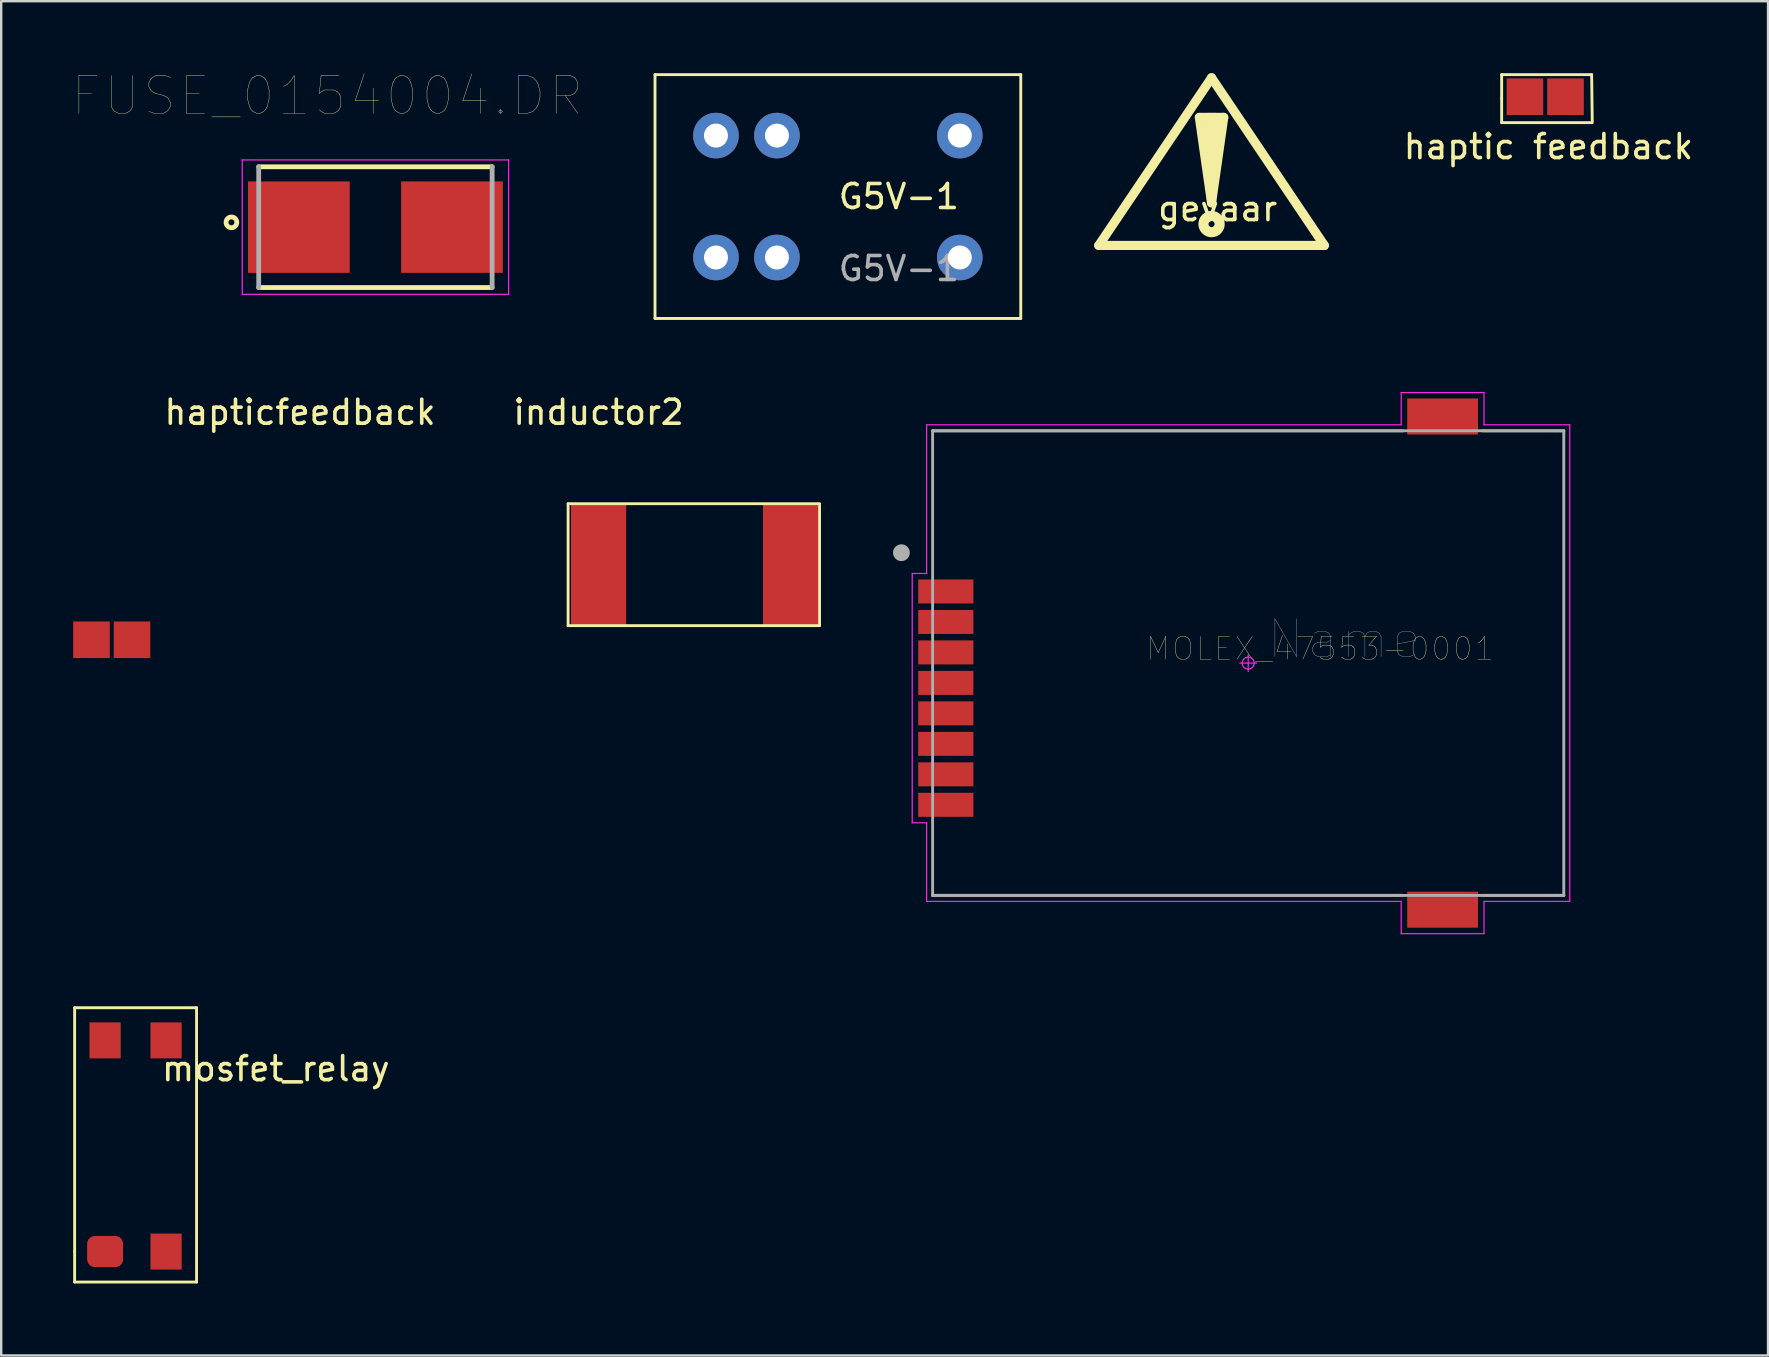
<source format=kicad_pcb>
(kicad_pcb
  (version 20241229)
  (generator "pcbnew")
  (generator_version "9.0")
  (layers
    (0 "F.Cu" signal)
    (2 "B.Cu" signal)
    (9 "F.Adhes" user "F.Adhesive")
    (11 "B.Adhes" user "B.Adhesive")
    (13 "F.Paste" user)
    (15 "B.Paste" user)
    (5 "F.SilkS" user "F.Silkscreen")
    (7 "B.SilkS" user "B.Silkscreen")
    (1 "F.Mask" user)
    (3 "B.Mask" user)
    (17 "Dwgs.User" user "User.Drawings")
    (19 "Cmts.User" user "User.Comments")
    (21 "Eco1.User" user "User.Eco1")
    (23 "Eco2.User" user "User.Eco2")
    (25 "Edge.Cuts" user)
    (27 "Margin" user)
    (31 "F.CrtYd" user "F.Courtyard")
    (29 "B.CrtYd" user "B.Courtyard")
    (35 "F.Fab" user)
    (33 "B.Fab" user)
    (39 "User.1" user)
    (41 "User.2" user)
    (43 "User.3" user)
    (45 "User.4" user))
  (footprint "gevaar"
    (layer "F.Cu")
    (at 47.687 5.144)
    (property "Reference" "gevaar" (at 0 0.5 0) (layer "F.SilkS") (effects (font (size 1 1) (thickness 0.15))))
    (attr through_hole)
    (fp_line (start -4.953 2.032) (end -0.254 -4.953) (stroke (width 0.381) (type solid)) (layer "F.SilkS"))
    (fp_line (start -0.762 -3.302) (end -0.254 -3.302) (stroke (width 0.381) (type solid)) (layer "F.SilkS"))
    (fp_line (start -0.254 -4.953) (end 4.445 2.032) (stroke (width 0.381) (type solid)) (layer "F.SilkS"))
    (fp_line (start -0.254 -3.302) (end 0.254 -3.302) (stroke (width 0.381) (type solid)) (layer "F.SilkS"))
    (fp_line (start -0.254 0.127) (end -0.127 -3.302) (stroke (width 0.381) (type solid)) (layer "F.SilkS"))
    (fp_line (start -0.254 0.254) (end -0.762 -3.302) (stroke (width 0.381) (type solid)) (layer "F.SilkS"))
    (fp_line (start -0.254 0.254) (end -0.381 -3.302) (stroke (width 0.381) (type solid)) (layer "F.SilkS"))
    (fp_line (start 0.254 -3.302) (end -0.254 0.254) (stroke (width 0.381) (type solid)) (layer "F.SilkS"))
    (fp_line (start 4.445 2.032) (end -4.953 2.032) (stroke (width 0.381) (type solid)) (layer "F.SilkS"))
    (fp_circle (center -0.254 1.143) (end -0.127 1.143) (stroke (width 0.381) (type solid)) (fill no) (layer "F.SilkS"))
    (fp_circle (center -0.254 1.143) (end 0.105 1.143) (stroke (width 0.381) (type solid)) (fill no) (layer "F.SilkS")))
  (footprint "inductor2"
    (layer "F.Cu")
    (at 21.892 20.478)
    (property "Reference" "inductor2" (at 0 -6.35 0) (layer "F.SilkS") (effects (font (size 1 1) (thickness 0.15))))
    (attr through_hole)
    (fp_line (start -1.27 -2.54) (end 9.207 -2.54) (stroke (width 0.12) (type solid)) (layer "F.SilkS"))
    (fp_line (start -1.27 2.54) (end -1.27 -2.54) (stroke (width 0.12) (type solid)) (layer "F.SilkS"))
    (fp_line (start 9.207 -2.477) (end 9.207 2.54) (stroke (width 0.12) (type solid)) (layer "F.SilkS"))
    (fp_line (start 9.207 2.54) (end -1.27 2.54) (stroke (width 0.12) (type solid)) (layer "F.SilkS"))
    (pad "1" smd rect (at 0 0) (size 2.3 5) (layers "F.Cu" "F.Mask" "F.Paste"))
    (pad "2" smd rect (at 8 0) (size 2.3 5) (layers "F.Cu" "F.Mask" "F.Paste")))
  (footprint "FUSE_0154004.DR"
    (layer "F.Cu")
    (at 12.593 6.415)
    (property "Reference" "FUSE_0154004.DR" (at -2.001 -5.47 0) (layer "F.SilkS") (effects (font (size 1.57 1.57) (thickness 0.015))))
    (attr through_hole)
    (fp_line (start -4.863 -2.515) (end 4.863 -2.515) (stroke (width 0.2) (type solid)) (layer "F.SilkS"))
    (fp_line (start 4.863 2.515) (end -4.863 2.515) (stroke (width 0.2) (type solid)) (layer "F.SilkS"))
    (fp_circle (center -6 -0.2) (end -5.776 -0.2) (stroke (width 0.2) (type solid)) (fill no) (layer "F.SilkS"))
    (fp_line (start -5.55 -2.8) (end 5.55 -2.8) (stroke (width 0.05) (type solid)) (layer "F.CrtYd"))
    (fp_line (start -5.55 2.8) (end -5.55 -2.8) (stroke (width 0.05) (type solid)) (layer "F.CrtYd"))
    (fp_line (start 5.55 -2.8) (end 5.55 2.8) (stroke (width 0.05) (type solid)) (layer "F.CrtYd"))
    (fp_line (start 5.55 2.8) (end -5.55 2.8) (stroke (width 0.05) (type solid)) (layer "F.CrtYd"))
    (fp_line (start -4.863 2.515) (end -4.863 -2.515) (stroke (width 0.2) (type solid)) (layer "F.Fab"))
    (fp_line (start 4.863 -2.515) (end 4.863 2.515) (stroke (width 0.2) (type solid)) (layer "F.Fab"))
    (pad "1" smd rect (at -3.19 0) (size 4.24 3.81) (layers "F.Cu" "F.Mask" "F.Paste"))
    (pad "2" smd rect (at 3.19 0) (size 4.24 3.81) (layers "F.Cu" "F.Mask" "F.Paste")))
  (footprint "haptic feedback"
    (layer "F.Cu")
    (at 61.386 1.055)
    (property "Reference" "haptic feedback" (at 0.085 2.005 0) (layer "F.SilkS") (effects (font (size 1 1) (thickness 0.15))))
    (fp_line (start -1.865 -0.995) (end 1.885 -0.995) (stroke (width 0.12) (type solid)) (layer "F.SilkS"))
    (fp_line (start -1.865 0.005) (end -1.865 -0.995) (stroke (width 0.12) (type solid)) (layer "F.SilkS"))
    (fp_line (start -1.865 1.005) (end -1.865 0.005) (stroke (width 0.12) (type solid)) (layer "F.SilkS"))
    (fp_line (start 1.885 -0.995) (end 1.91 1.005) (stroke (width 0.12) (type solid)) (layer "F.SilkS"))
    (fp_line (start 1.885 1.005) (end -1.865 1.005) (stroke (width 0.12) (type solid)) (layer "F.SilkS"))
    (pad "1" smd rect (at -0.895 -0.075) (size 1.524 1.524) (layers "F.Cu" "F.Mask" "F.Paste"))
    (pad "2" smd rect (at 0.795 -0.075) (size 1.524 1.524) (layers "F.Cu" "F.Mask" "F.Paste")))
  (footprint "mosfet_relay"
    (layer "F.Cu")
    (at 1.33 49.1)
    (property "Reference" "mosfet_relay" (at 7.112 -7.62 0) (layer "F.SilkS") (effects (font (size 1 1) (thickness 0.15))))
    (attr through_hole)
    (fp_line (start -1.27 -10.16) (end 3.81 -10.16) (stroke (width 0.12) (type solid)) (layer "F.SilkS"))
    (fp_line (start -1.27 0) (end -1.27 -10.16) (stroke (width 0.12) (type solid)) (layer "F.SilkS"))
    (fp_line (start -1.27 1.27) (end -1.27 0) (stroke (width 0.12) (type solid)) (layer "F.SilkS"))
    (fp_line (start 3.81 -10.16) (end 3.81 1.27) (stroke (width 0.12) (type solid)) (layer "F.SilkS"))
    (fp_line (start 3.81 1.27) (end -1.27 1.27) (stroke (width 0.12) (type solid)) (layer "F.SilkS"))
    (pad "1" smd roundrect (at 0 0) (size 1.5 1.3) (layers "F.Cu" "F.Mask" "F.Paste") (roundrect_rratio 0.25))
    (pad "2" smd rect (at 2.54 0) (size 1.3 1.5) (layers "F.Cu" "F.Mask" "F.Paste"))
    (pad "3" smd rect (at 2.54 -8.8) (size 1.3 1.5) (layers "F.Cu" "F.Mask" "F.Paste"))
    (pad "4" smd rect (at 0 -8.8) (size 1.3 1.5) (layers "F.Cu" "F.Mask" "F.Paste")))
  (footprint "MOLEX_47553-0001"
    (layer "F.Cu")
    (at 48.96 24.58)
    (property "Reference" "MOLEX_47553-0001" (at 3 -0.6 0) (layer "F.SilkS") (effects (font (size 0.945 0.945) (thickness 0.015))))
    (attr through_hole)
    (fp_line (start -14 -3.735) (end -14 6.655) (stroke (width 0.05) (type solid)) (layer "F.CrtYd"))
    (fp_line (start -14 6.655) (end -13.4 6.655) (stroke (width 0.05) (type solid)) (layer "F.CrtYd"))
    (fp_line (start -13.4 -9.93) (end -13.4 -3.735) (stroke (width 0.05) (type solid)) (layer "F.CrtYd"))
    (fp_line (start -13.4 -3.735) (end -14 -3.735) (stroke (width 0.05) (type solid)) (layer "F.CrtYd"))
    (fp_line (start -13.4 6.655) (end -13.4 9.93) (stroke (width 0.05) (type solid)) (layer "F.CrtYd"))
    (fp_line (start -13.4 9.93) (end 6.375 9.93) (stroke (width 0.05) (type solid)) (layer "F.CrtYd"))
    (fp_line (start 0 -0.35) (end 0 0.35) (stroke (width 0.05) (type solid)) (layer "F.CrtYd"))
    (fp_line (start 0.35 0) (end -0.35 0) (stroke (width 0.05) (type solid)) (layer "F.CrtYd"))
    (fp_line (start 6.375 -11.275) (end 6.375 -9.93) (stroke (width 0.05) (type solid)) (layer "F.CrtYd"))
    (fp_line (start 6.375 -9.93) (end -13.4 -9.93) (stroke (width 0.05) (type solid)) (layer "F.CrtYd"))
    (fp_line (start 6.375 9.93) (end 6.375 11.275) (stroke (width 0.05) (type solid)) (layer "F.CrtYd"))
    (fp_line (start 6.375 11.275) (end 9.825 11.275) (stroke (width 0.05) (type solid)) (layer "F.CrtYd"))
    (fp_line (start 9.825 -11.275) (end 6.375 -11.275) (stroke (width 0.05) (type solid)) (layer "F.CrtYd"))
    (fp_line (start 9.825 -9.93) (end 9.825 -11.275) (stroke (width 0.05) (type solid)) (layer "F.CrtYd"))
    (fp_line (start 9.825 9.93) (end 13.4 9.93) (stroke (width 0.05) (type solid)) (layer "F.CrtYd"))
    (fp_line (start 9.825 11.275) (end 9.825 9.93) (stroke (width 0.05) (type solid)) (layer "F.CrtYd"))
    (fp_line (start 13.4 -9.93) (end 9.825 -9.93) (stroke (width 0.05) (type solid)) (layer "F.CrtYd"))
    (fp_line (start 13.4 9.93) (end 13.4 -9.93) (stroke (width 0.05) (type solid)) (layer "F.CrtYd"))
    (fp_circle (center 0 0) (end 0.25 0) (stroke (width 0.05) (type solid)) (fill no) (layer "F.CrtYd"))
    (fp_line (start -13.15 -9.68) (end 13.15 -9.68) (stroke (width 0.12) (type solid)) (layer "F.Fab"))
    (fp_line (start -13.15 -9.675) (end -13.15 -9.68) (stroke (width 0.12) (type solid)) (layer "F.Fab"))
    (fp_line (start -13.15 -9.675) (end 6.445 -9.675) (stroke (width 0.12) (type solid)) (layer "F.Fab"))
    (fp_line (start -13.15 9.675) (end -13.15 -9.675) (stroke (width 0.12) (type solid)) (layer "F.Fab"))
    (fp_line (start -13.15 9.68) (end -13.15 9.675) (stroke (width 0.12) (type solid)) (layer "F.Fab"))
    (fp_line (start 6.445 -9.675) (end 9.755 -9.675) (stroke (width 0.025) (type solid)) (layer "F.Fab"))
    (fp_line (start 6.445 9.675) (end -13.15 9.675) (stroke (width 0.12) (type solid)) (layer "F.Fab"))
    (fp_line (start 9.755 -9.675) (end 13.15 -9.675) (stroke (width 0.12) (type solid)) (layer "F.Fab"))
    (fp_line (start 9.755 9.675) (end 6.445 9.675) (stroke (width 0.025) (type solid)) (layer "F.Fab"))
    (fp_line (start 13.15 -9.68) (end 13.15 -9.675) (stroke (width 0.12) (type solid)) (layer "F.Fab"))
    (fp_line (start 13.15 -9.675) (end 13.15 9.675) (stroke (width 0.12) (type solid)) (layer "F.Fab"))
    (fp_line (start 13.15 9.675) (end 9.755 9.675) (stroke (width 0.12) (type solid)) (layer "F.Fab"))
    (fp_line (start 13.15 9.675) (end 13.15 9.68) (stroke (width 0.12) (type solid)) (layer "F.Fab"))
    (fp_line (start 13.15 9.68) (end -13.15 9.68) (stroke (width 0.12) (type solid)) (layer "F.Fab"))
    (fp_circle (center -14.45 -4.6) (end -14.275 -4.6) (stroke (width 0.35) (type solid)) (fill no) (layer "F.Fab"))
    (fp_text user "Name" (at 4 -1 0) (layer "F.Fab") (effects (font (size 1.575 1.575) (thickness 0.015))))
    (pad "1" smd rect (at -12.6 -2.985) (size 2.3 1) (layers "F.Cu" "F.Mask" "F.Paste"))
    (pad "2" smd rect (at -12.6 -1.715) (size 2.3 1) (layers "F.Cu" "F.Mask" "F.Paste"))
    (pad "3" smd rect (at -12.6 -0.445) (size 2.3 1) (layers "F.Cu" "F.Mask" "F.Paste"))
    (pad "4" smd rect (at -12.6 0.825) (size 2.3 1) (layers "F.Cu" "F.Mask" "F.Paste"))
    (pad "5" smd rect (at -12.6 2.095) (size 2.3 1) (layers "F.Cu" "F.Mask" "F.Paste"))
    (pad "6" smd rect (at -12.6 3.365) (size 2.3 1) (layers "F.Cu" "F.Mask" "F.Paste"))
    (pad "7" smd rect (at -12.6 4.635) (size 2.3 1) (layers "F.Cu" "F.Mask" "F.Paste"))
    (pad "8" smd rect (at -12.6 5.905) (size 2.3 1) (layers "F.Cu" "F.Mask" "F.Paste"))
    (pad "9" smd rect (at 8.1 10.275) (size 2.95 1.5) (layers "F.Cu" "F.Mask" "F.Paste"))
    (pad "10" smd rect (at 8.1 -10.275) (size 2.95 1.5) (layers "F.Cu" "F.Mask" "F.Paste")))
  (footprint "hapticfeedback"
    (layer "F.Cu")
    (at 0.792 23.688)
    (property "Reference" "hapticfeedback" (at 8.66 -9.56 0) (layer "F.SilkS") (effects (font (size 1 1) (thickness 0.15))))
    (attr through_hole)
    (pad "1" smd rect (at -0.03 -0.08) (size 1.524 1.524) (layers "F.Cu" "F.Mask" "F.Paste"))
    (pad "2" smd rect (at 1.66 -0.08) (size 1.524 1.524) (layers "F.Cu" "F.Mask" "F.Paste")))
  (footprint "G5V-1"
    (layer "F.Cu")
    (at 26.783 2.6)
    (property "Reference" "G5V-1" (at 7.62 2.54 0) (unlocked yes) (layer "F.SilkS") (effects (font (size 1 1) (thickness 0.15))))
    (fp_line (start -2.54 -2.54) (end 12.7 -2.54) (stroke (width 0.12) (type solid)) (layer "F.SilkS"))
    (fp_line (start -2.54 7.62) (end -2.54 -2.54) (stroke (width 0.12) (type solid)) (layer "F.SilkS"))
    (fp_line (start 12.7 -2.54) (end 12.7 7.62) (stroke (width 0.12) (type solid)) (layer "F.SilkS"))
    (fp_line (start 12.7 7.62) (end -2.54 7.62) (stroke (width 0.12) (type solid)) (layer "F.SilkS"))
    (fp_text user "${REFERENCE}" (at 7.62 5.54 0) (unlocked yes) (layer "F.Fab") (effects (font (size 1 1) (thickness 0.15))))
    (pad "1" thru_hole circle (at 2.54 0) (size 1.9 1.9) (drill 1) (layers "*.Cu" "*.Mask"))
    (pad "2" thru_hole circle (at 2.54 5.08) (size 1.9 1.9) (drill 1) (layers "*.Cu" "*.Mask"))
    (pad "3" thru_hole circle (at 10.16 0) (size 1.9 1.9) (drill 1) (layers "*.Cu" "*.Mask"))
    (pad "3" thru_hole circle (at 10.16 5.08) (size 1.9 1.9) (drill 1) (layers "*.Cu" "*.Mask"))
    (pad "4" thru_hole circle (at 0 0) (size 1.9 1.9) (drill 1) (layers "*.Cu" "*.Mask"))
    (pad "5" thru_hole circle (at 0 5.08) (size 1.9 1.9) (drill 1) (layers "*.Cu" "*.Mask")))
  (gr_rect
    (start -3 -3)
    (end 70.62 53.43)
    (stroke (width 0.1) (type default))
    (fill no)
    (layer "Edge.Cuts")))
</source>
